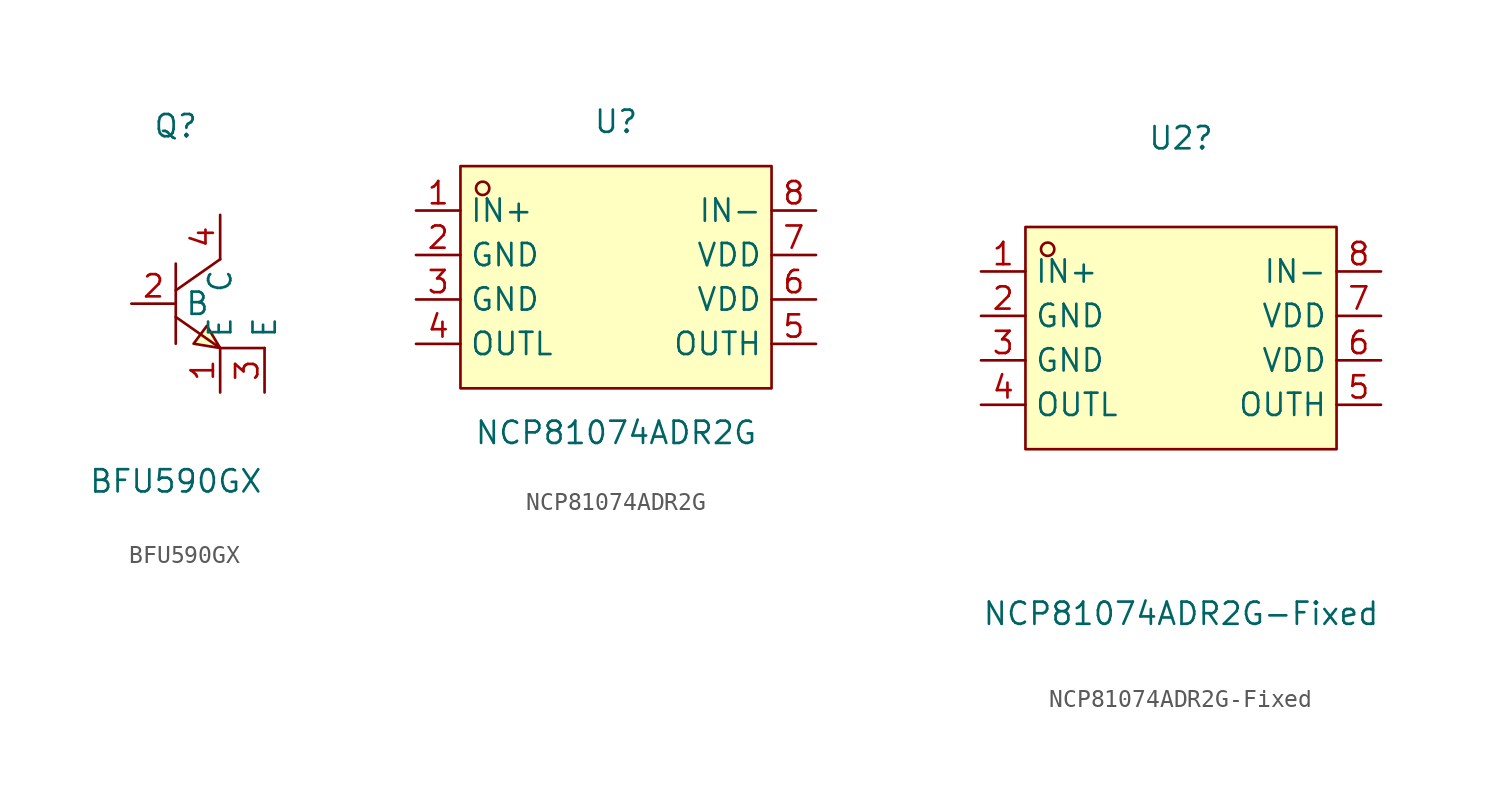
<source format=kicad_sym>
(kicad_symbol_lib
  (version 20241209)
  (generator "kicad_symbol_editor")
  (generator_version "9.0")
  (symbol "BFU590GX"
    (property "Reference" "Q"
      (at 0 10.16 0)
      (effects (font (size 1.27 1.27))))
    (property "Value" "BFU590GX"
      (at 0 -10.16 0)
      (effects (font (size 1.27 1.27))))
    (symbol "BFU590GX_0_1"
      (polyline (pts (xy 0 2.29) (xy 0 -2.29)) (stroke (width 0) (type default)) (fill (type none)))
      (polyline (pts (xy 0 -0.76) (xy 2.54 -2.54) (xy 5.08 -2.54)) (stroke (width 0) (type default)) (fill (type none)))
      (polyline (pts (xy 2.54 2.54) (xy 0 0.76)) (stroke (width 0) (type default)) (fill (type none)))
      (polyline (pts (xy 2.54 -2.54) (xy 1.78 -1.27) (xy 1.02 -2.29) (xy 2.54 -2.54)) (stroke (width 0) (type default)) (fill (type background)))
      (pin unspecified line (at -2.54 0 0) (length 2.54) (name "B" (effects (font (size 1.27 1.27)))) (number "2" (effects (font (size 1.27 1.27)))))
      (pin unspecified line (at 2.54 5.08 270) (length 2.54) (name "C" (effects (font (size 1.27 1.27)))) (number "4" (effects (font (size 1.27 1.27)))))
      (pin unspecified line (at 2.54 -5.08 90) (length 2.54) (name "E" (effects (font (size 1.27 1.27)))) (number "1" (effects (font (size 1.27 1.27)))))
      (pin unspecified line (at 5.08 -5.08 90) (length 2.54) (name "E" (effects (font (size 1.27 1.27)))) (number "3" (effects (font (size 1.27 1.27)))))))
  (symbol "NCP81074ADR2G"
    (property "Reference" "U"
      (at 0 8.89 0)
      (effects (font (size 1.27 1.27))))
    (property "Value" "NCP81074ADR2G"
      (at 0 -8.89 0)
      (effects (font (size 1.27 1.27))))
    (symbol "NCP81074ADR2G_0_1"
      (rectangle (start -8.89 6.35) (end 8.89 -6.35) (stroke (width 0) (type default)) (fill (type background)))
      (circle (center -7.62 5.08) (radius 0.38) (stroke (width 0) (type default)) (fill (type none)))
      (pin unspecified line (at -11.43 3.81 0) (length 2.54) (name "IN+" (effects (font (size 1.27 1.27)))) (number "1" (effects (font (size 1.27 1.27)))))
      (pin unspecified line (at -11.43 1.27 0) (length 2.54) (name "GND" (effects (font (size 1.27 1.27)))) (number "2" (effects (font (size 1.27 1.27)))))
      (pin unspecified line (at -11.43 -1.27 0) (length 2.54) (name "GND" (effects (font (size 1.27 1.27)))) (number "3" (effects (font (size 1.27 1.27)))))
      (pin unspecified line (at -11.43 -3.81 0) (length 2.54) (name "OUTL" (effects (font (size 1.27 1.27)))) (number "4" (effects (font (size 1.27 1.27)))))
      (pin unspecified line (at 11.43 3.81 180) (length 2.54) (name "IN-" (effects (font (size 1.27 1.27)))) (number "8" (effects (font (size 1.27 1.27)))))
      (pin unspecified line (at 11.43 1.27 180) (length 2.54) (name "VDD" (effects (font (size 1.27 1.27)))) (number "7" (effects (font (size 1.27 1.27)))))
      (pin unspecified line (at 11.43 -1.27 180) (length 2.54) (name "VDD" (effects (font (size 1.27 1.27)))) (number "6" (effects (font (size 1.27 1.27)))))
      (pin unspecified line (at 11.43 -3.81 180) (length 2.54) (name "OUTH" (effects (font (size 1.27 1.27)))) (number "5" (effects (font (size 1.27 1.27)))))))
  (symbol "NCP81074ADR2G-Fixed"
    (property "Reference" "U2"
      (at 0 11.43 0)
      (effects (font (size 1.27 1.27))))
    (property "Value" "NCP81074ADR2G-Fixed"
      (at 0 -15.748 0)
      (effects (font (size 1.27 1.27))))
    (symbol "NCP81074ADR2G-Fixed_0_1"
      (rectangle (start -8.89 6.35) (end 8.89 -6.35) (stroke (width 0) (type default)) (fill (type background)))
      (circle (center -7.62 5.08) (radius 0.38) (stroke (width 0) (type default)) (fill (type none))))
    (symbol "NCP81074ADR2G-Fixed_1_1"
      (pin input line (at -11.43 3.81 0) (length 2.54) (name "IN+" (effects (font (size 1.27 1.27)))) (number "1" (effects (font (size 1.27 1.27)))))
      (pin power_in line (at -11.43 1.27 0) (length 2.54) (name "GND" (effects (font (size 1.27 1.27)))) (number "2" (effects (font (size 1.27 1.27)))))
      (pin power_in line (at -11.43 -1.27 0) (length 2.54) (name "GND" (effects (font (size 1.27 1.27)))) (number "3" (effects (font (size 1.27 1.27)))))
      (pin output line (at -11.43 -3.81 0) (length 2.54) (name "OUTL" (effects (font (size 1.27 1.27)))) (number "4" (effects (font (size 1.27 1.27)))))
      (pin passive line (at 11.43 3.81 180) (length 2.54) (name "IN-" (effects (font (size 1.27 1.27)))) (number "8" (effects (font (size 1.27 1.27)))))
      (pin power_in line (at 11.43 1.27 180) (length 2.54) (name "VDD" (effects (font (size 1.27 1.27)))) (number "7" (effects (font (size 1.27 1.27)))))
      (pin power_in line (at 11.43 -1.27 180) (length 2.54) (name "VDD" (effects (font (size 1.27 1.27)))) (number "6" (effects (font (size 1.27 1.27)))))
      (pin output line (at 11.43 -3.81 180) (length 2.54) (name "OUTH" (effects (font (size 1.27 1.27)))) (number "5" (effects (font (size 1.27 1.27))))))))
</source>
